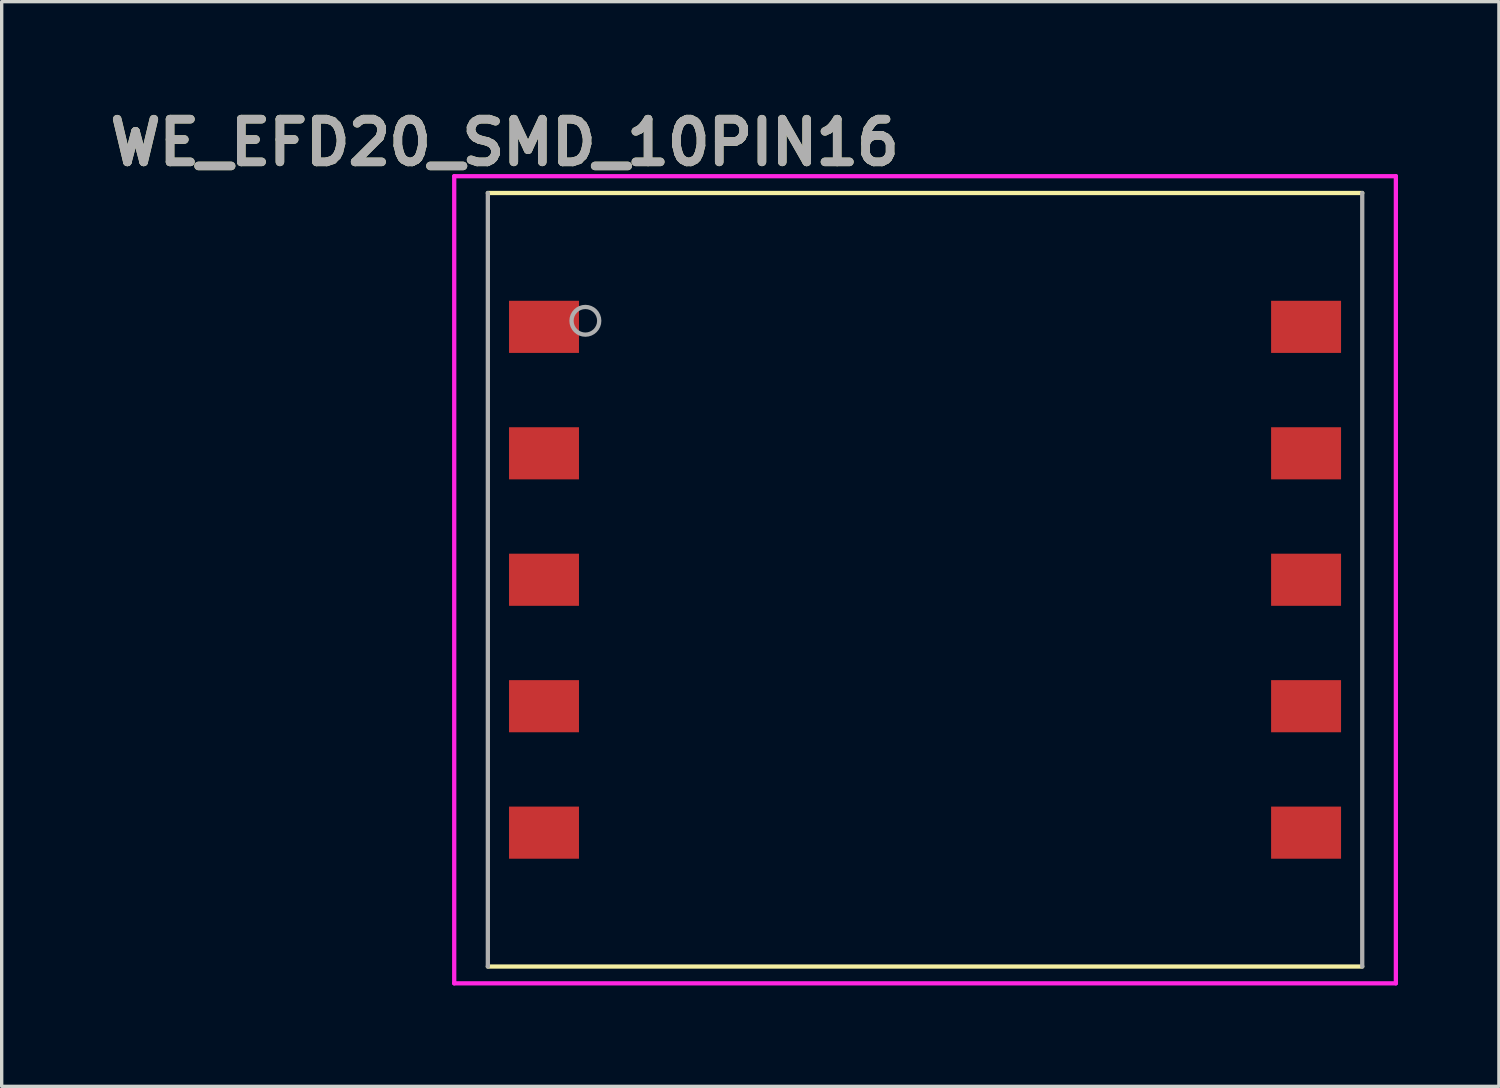
<source format=kicad_pcb>
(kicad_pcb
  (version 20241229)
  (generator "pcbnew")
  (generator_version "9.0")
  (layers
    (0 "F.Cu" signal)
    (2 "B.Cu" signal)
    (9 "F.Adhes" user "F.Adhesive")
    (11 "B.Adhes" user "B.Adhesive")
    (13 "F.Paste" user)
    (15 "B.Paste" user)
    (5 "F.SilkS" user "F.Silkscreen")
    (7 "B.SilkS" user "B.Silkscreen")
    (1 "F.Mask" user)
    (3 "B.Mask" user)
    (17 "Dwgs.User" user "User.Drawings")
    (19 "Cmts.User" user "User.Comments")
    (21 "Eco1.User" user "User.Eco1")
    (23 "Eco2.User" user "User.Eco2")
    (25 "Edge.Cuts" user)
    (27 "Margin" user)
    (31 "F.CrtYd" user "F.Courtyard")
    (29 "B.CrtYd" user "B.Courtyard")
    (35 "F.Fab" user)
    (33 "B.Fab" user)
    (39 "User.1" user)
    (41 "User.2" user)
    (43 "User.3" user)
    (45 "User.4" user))
  (footprint "WE_EFD20_SMD_10PIN16"
    (layer "F.Cu")
    (at 24.456 14.189)
    (property "Reference" "WE_EFD20_SMD_10PIN16" (at -12.5 -13 0) (layer "F.SilkS") (effects (font (size 1.27 1.27) (thickness 0.254))))
    (attr smd)
    (fp_line (start -13 -11.5) (end 13 -11.5) (stroke (width 0.127) (type solid)) (layer "F.SilkS"))
    (fp_line (start -13 11.5) (end 13 11.5) (stroke (width 0.127) (type solid)) (layer "F.SilkS"))
    (fp_line (start -14 -12) (end 14 -12) (stroke (width 0.127) (type solid)) (layer "F.CrtYd"))
    (fp_line (start -14 12) (end -14 -12) (stroke (width 0.127) (type solid)) (layer "F.CrtYd"))
    (fp_line (start 14 -12) (end 14 12) (stroke (width 0.127) (type solid)) (layer "F.CrtYd"))
    (fp_line (start 14 12) (end -14 12) (stroke (width 0.127) (type solid)) (layer "F.CrtYd"))
    (fp_line (start -13 -11.5) (end -13 11.5) (stroke (width 0.127) (type solid)) (layer "F.Fab"))
    (fp_line (start 13 -11.5) (end 13 11.5) (stroke (width 0.127) (type solid)) (layer "F.Fab"))
    (fp_circle (center -10.1 -7.7) (end -10.1 -7.288) (stroke (width 0.127) (type solid)) (fill no) (layer "F.Fab"))
    (fp_text user "${REFERENCE}" (at -12.5 -13 0) (layer "F.Fab") (effects (font (size 1.27 1.27) (thickness 0.254))))
    (pad "1" smd rect (at -11.33 -7.52 90) (size 1.55 2.08) (layers "F.Cu" "F.Mask" "F.Paste"))
    (pad "2" smd rect (at -11.33 -3.76 90) (size 1.55 2.08) (layers "F.Cu" "F.Mask" "F.Paste"))
    (pad "3" smd rect (at -11.33 0 90) (size 1.55 2.08) (layers "F.Cu" "F.Mask" "F.Paste"))
    (pad "4" smd rect (at -11.33 3.76 90) (size 1.55 2.08) (layers "F.Cu" "F.Mask" "F.Paste"))
    (pad "5" smd rect (at -11.33 7.52 90) (size 1.55 2.08) (layers "F.Cu" "F.Mask" "F.Paste"))
    (pad "6" smd rect (at 11.33 7.52 90) (size 1.55 2.08) (layers "F.Cu" "F.Mask" "F.Paste"))
    (pad "7" smd rect (at 11.33 3.76 90) (size 1.55 2.08) (layers "F.Cu" "F.Mask" "F.Paste"))
    (pad "8" smd rect (at 11.33 0 90) (size 1.55 2.08) (layers "F.Cu" "F.Mask" "F.Paste"))
    (pad "9" smd rect (at 11.33 -3.76 90) (size 1.55 2.08) (layers "F.Cu" "F.Mask" "F.Paste"))
    (pad "10" smd rect (at 11.33 -7.52 90) (size 1.55 2.08) (layers "F.Cu" "F.Mask" "F.Paste")))
  (gr_rect
    (start -3 -3)
    (end 41.52 29.252)
    (stroke (width 0.1) (type default))
    (fill no)
    (layer "Edge.Cuts")))
</source>
